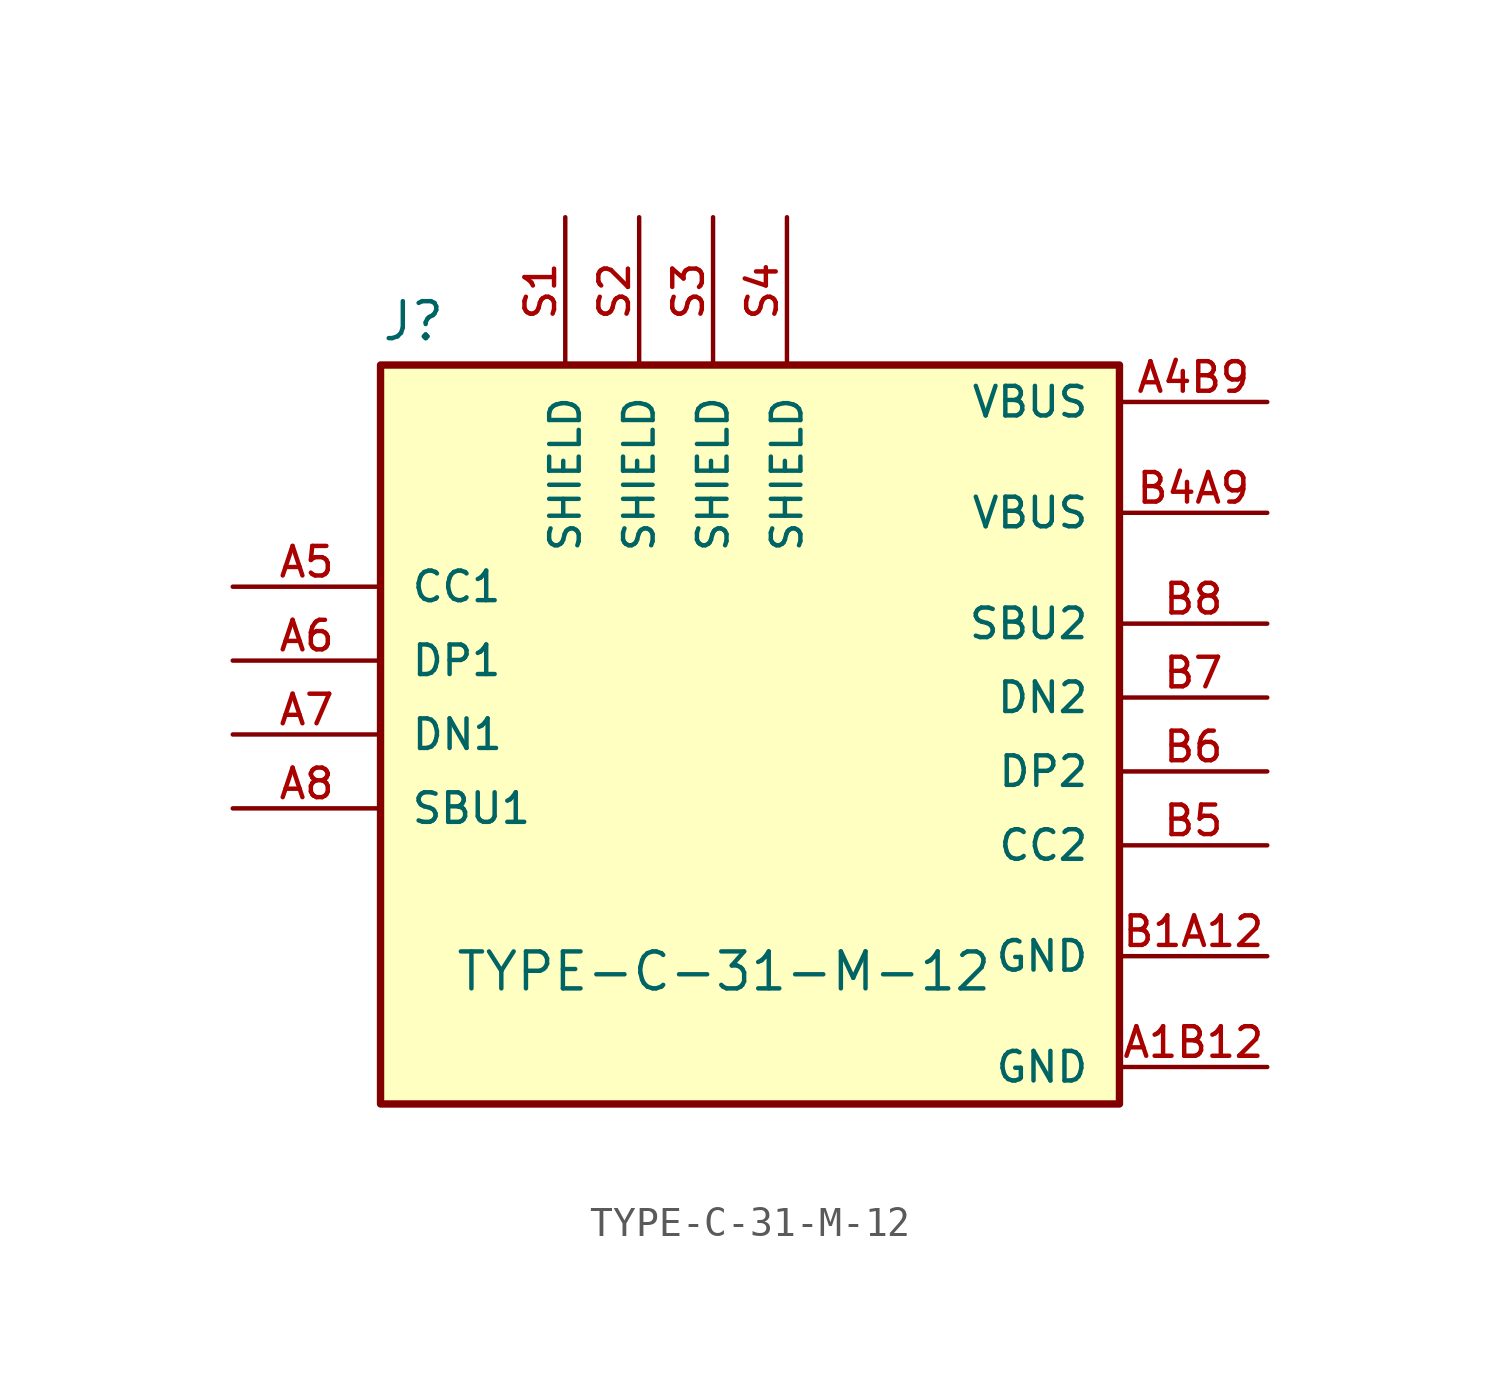
<source format=kicad_sym>
(kicad_symbol_lib
  (version 20211014)
  (generator kicad_symbol_editor)
  (symbol "TYPE-C-31-M-12"
    (pin_names
      (offset 1.016))
    (property "Reference" "J"
      (at -12.7 13.462 0)
      (effects (font (size 1.27 1.27)) (justify left bottom)))
    (property "Value" "TYPE-C-31-M-12"
      (at -10.16 -8.89 0)
      (effects (font (size 1.27 1.27)) (justify left bottom)))
    (property "ki_locked" ""
      (at 0 0 0)
      (effects (font (size 1.27 1.27))))
    (symbol "TYPE-C-31-M-12_0_0"
      (rectangle (start -12.7 -12.7) (end 12.7 12.7) (stroke (width 0.254) (type default) (color 0 0 0 0)) (fill (type background)))
      (pin power_in line (at 17.78 -11.43 180) (length 5.08) (name "GND" (effects (font (size 1.016 1.016)))) (number "A1B12" (effects (font (size 1.016 1.016)))))
      (pin power_in line (at 17.78 11.43 180) (length 5.08) (name "VBUS" (effects (font (size 1.016 1.016)))) (number "A4B9" (effects (font (size 1.016 1.016)))))
      (pin bidirectional line (at -17.78 5.08 0) (length 5.08) (name "CC1" (effects (font (size 1.016 1.016)))) (number "A5" (effects (font (size 1.016 1.016)))))
      (pin bidirectional line (at -17.78 2.54 0) (length 5.08) (name "DP1" (effects (font (size 1.016 1.016)))) (number "A6" (effects (font (size 1.016 1.016)))))
      (pin bidirectional line (at -17.78 0 0) (length 5.08) (name "DN1" (effects (font (size 1.016 1.016)))) (number "A7" (effects (font (size 1.016 1.016)))))
      (pin bidirectional line (at -17.78 -2.54 0) (length 5.08) (name "SBU1" (effects (font (size 1.016 1.016)))) (number "A8" (effects (font (size 1.016 1.016)))))
      (pin power_in line (at 17.78 -7.62 180) (length 5.08) (name "GND" (effects (font (size 1.016 1.016)))) (number "B1A12" (effects (font (size 1.016 1.016)))))
      (pin power_in line (at 17.78 7.62 180) (length 5.08) (name "VBUS" (effects (font (size 1.016 1.016)))) (number "B4A9" (effects (font (size 1.016 1.016)))))
      (pin bidirectional line (at 17.78 -3.81 180) (length 5.08) (name "CC2" (effects (font (size 1.016 1.016)))) (number "B5" (effects (font (size 1.016 1.016)))))
      (pin bidirectional line (at 17.78 -1.27 180) (length 5.08) (name "DP2" (effects (font (size 1.016 1.016)))) (number "B6" (effects (font (size 1.016 1.016)))))
      (pin bidirectional line (at 17.78 1.27 180) (length 5.08) (name "DN2" (effects (font (size 1.016 1.016)))) (number "B7" (effects (font (size 1.016 1.016)))))
      (pin bidirectional line (at 17.78 3.81 180) (length 5.08) (name "SBU2" (effects (font (size 1.016 1.016)))) (number "B8" (effects (font (size 1.016 1.016)))))
      (pin passive line (at -6.35 17.78 270) (length 5.08) (name "SHIELD" (effects (font (size 1.016 1.016)))) (number "S1" (effects (font (size 1.016 1.016)))))
      (pin passive line (at -3.81 17.78 270) (length 5.08) (name "SHIELD" (effects (font (size 1.016 1.016)))) (number "S2" (effects (font (size 1.016 1.016)))))
      (pin passive line (at -1.27 17.78 270) (length 5.08) (name "SHIELD" (effects (font (size 1.016 1.016)))) (number "S3" (effects (font (size 1.016 1.016)))))
      (pin passive line (at 1.27 17.78 270) (length 5.08) (name "SHIELD" (effects (font (size 1.016 1.016)))) (number "S4" (effects (font (size 1.016 1.016))))))))
</source>
